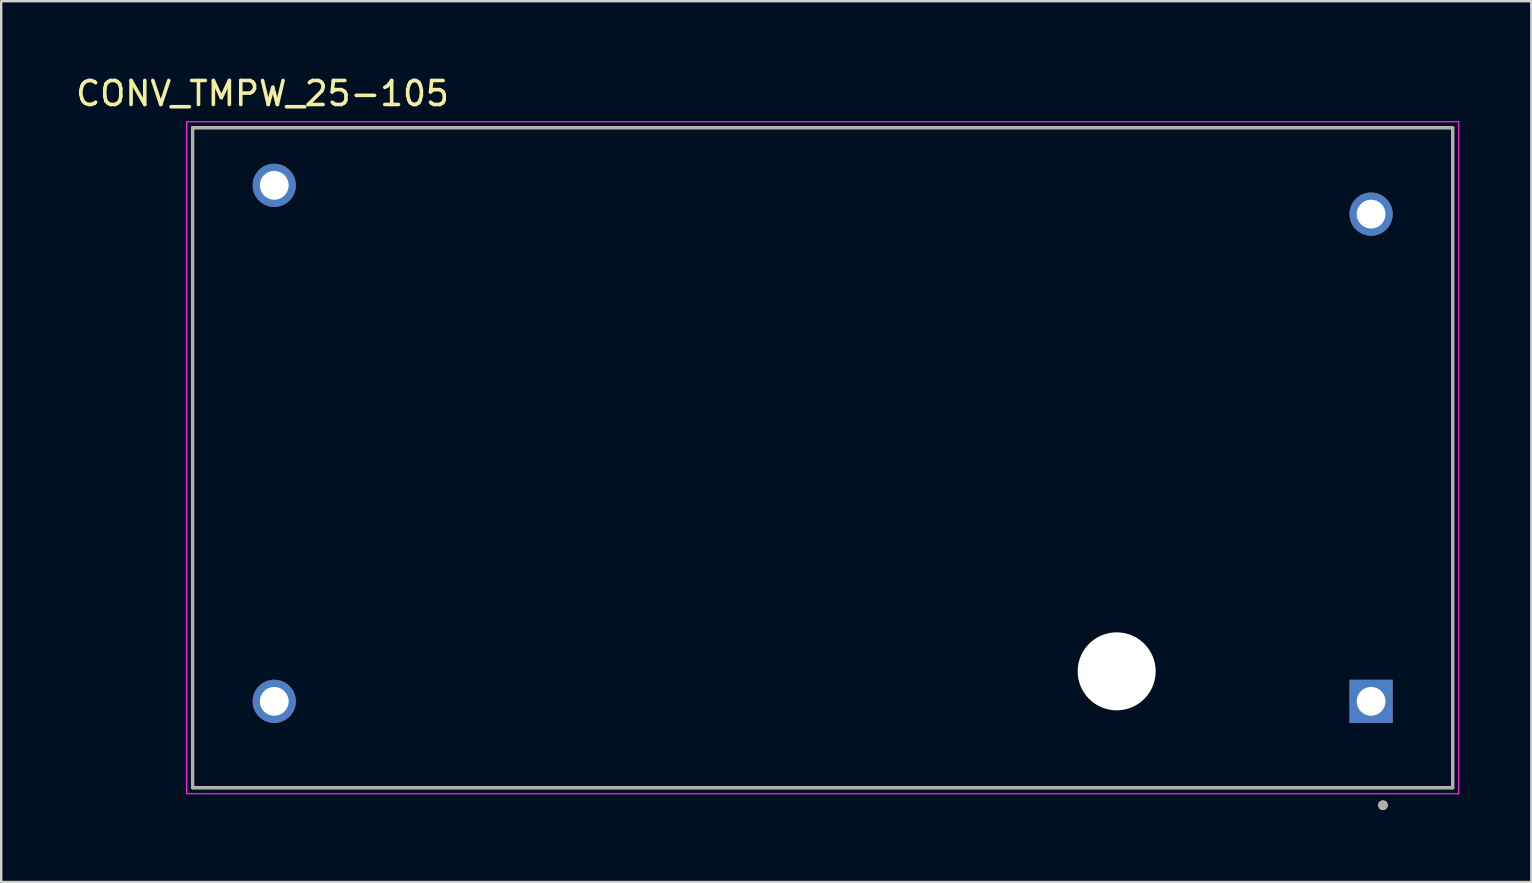
<source format=kicad_pcb>
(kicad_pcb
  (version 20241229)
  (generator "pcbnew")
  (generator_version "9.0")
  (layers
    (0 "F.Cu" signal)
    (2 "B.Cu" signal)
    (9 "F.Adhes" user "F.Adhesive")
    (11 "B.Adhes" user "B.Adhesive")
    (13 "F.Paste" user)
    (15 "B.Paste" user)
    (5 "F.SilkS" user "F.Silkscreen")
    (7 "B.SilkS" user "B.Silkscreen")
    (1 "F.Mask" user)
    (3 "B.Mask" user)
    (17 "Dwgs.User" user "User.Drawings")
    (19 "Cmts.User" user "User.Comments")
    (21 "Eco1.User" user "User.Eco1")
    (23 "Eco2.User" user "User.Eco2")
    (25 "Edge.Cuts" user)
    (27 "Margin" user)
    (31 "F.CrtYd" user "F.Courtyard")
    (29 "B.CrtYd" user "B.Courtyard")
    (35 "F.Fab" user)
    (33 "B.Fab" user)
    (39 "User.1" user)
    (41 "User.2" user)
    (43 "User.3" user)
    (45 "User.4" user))
  (footprint "CONV_TMPW_25-105"
    (layer "F.Cu")
    (at 31.226 16.021)
    (property "Reference" "CONV_TMPW_25-105" (at -23.339 -15.173 0) (layer "F.SilkS") (effects (font (size 1 1) (thickness 0.15))))
    (attr through_hole)
    (fp_line (start -26.25 13.75) (end -26.25 -13.75) (stroke (width 0.127) (type solid)) (layer "F.SilkS"))
    (fp_line (start 26.25 -13.75) (end -26.25 -13.75) (stroke (width 0.127) (type solid)) (layer "F.SilkS"))
    (fp_line (start 26.25 13.75) (end -26.25 13.75) (stroke (width 0.127) (type solid)) (layer "F.SilkS"))
    (fp_line (start 26.25 13.75) (end 26.25 -13.75) (stroke (width 0.127) (type solid)) (layer "F.SilkS"))
    (fp_circle (center 23.344 14.478) (end 23.444 14.478) (stroke (width 0.2) (type solid)) (fill no) (layer "F.SilkS"))
    (fp_line (start -26.5 14) (end -26.5 -14) (stroke (width 0.05) (type solid)) (layer "F.CrtYd"))
    (fp_line (start 26.5 -14) (end -26.5 -14) (stroke (width 0.05) (type solid)) (layer "F.CrtYd"))
    (fp_line (start 26.5 14) (end -26.5 14) (stroke (width 0.05) (type solid)) (layer "F.CrtYd"))
    (fp_line (start 26.5 14) (end 26.5 -14) (stroke (width 0.05) (type solid)) (layer "F.CrtYd"))
    (fp_line (start -26.25 13.75) (end -26.25 -13.75) (stroke (width 0.127) (type solid)) (layer "F.Fab"))
    (fp_line (start 26.25 -13.75) (end -26.25 -13.75) (stroke (width 0.127) (type solid)) (layer "F.Fab"))
    (fp_line (start 26.25 13.75) (end -26.25 13.75) (stroke (width 0.127) (type solid)) (layer "F.Fab"))
    (fp_line (start 26.25 13.75) (end 26.25 -13.75) (stroke (width 0.127) (type solid)) (layer "F.Fab"))
    (fp_circle (center 23.344 14.478) (end 23.444 14.478) (stroke (width 0.2) (type solid)) (fill no) (layer "F.Fab"))
    (pad "" np_thru_hole circle (at 12.25 8.9) (size 3.25 3.25) (drill 3.25) (layers "*.Cu" "*.Mask"))
    (pad "1" thru_hole rect (at 22.85 10.15) (size 1.8 1.8) (drill 1.2) (layers "*.Cu" "*.Mask"))
    (pad "2" thru_hole circle (at 22.85 -10.15) (size 1.8 1.8) (drill 1.2) (layers "*.Cu" "*.Mask"))
    (pad "3" thru_hole circle (at -22.85 10.15) (size 1.8 1.8) (drill 1.2) (layers "*.Cu" "*.Mask"))
    (pad "4" thru_hole circle (at -22.85 -11.35) (size 1.8 1.8) (drill 1.2) (layers "*.Cu" "*.Mask")))
  (gr_rect
    (start -3 -3)
    (end 60.751 33.699)
    (stroke (width 0.1) (type default))
    (fill no)
    (layer "Edge.Cuts")))
</source>
